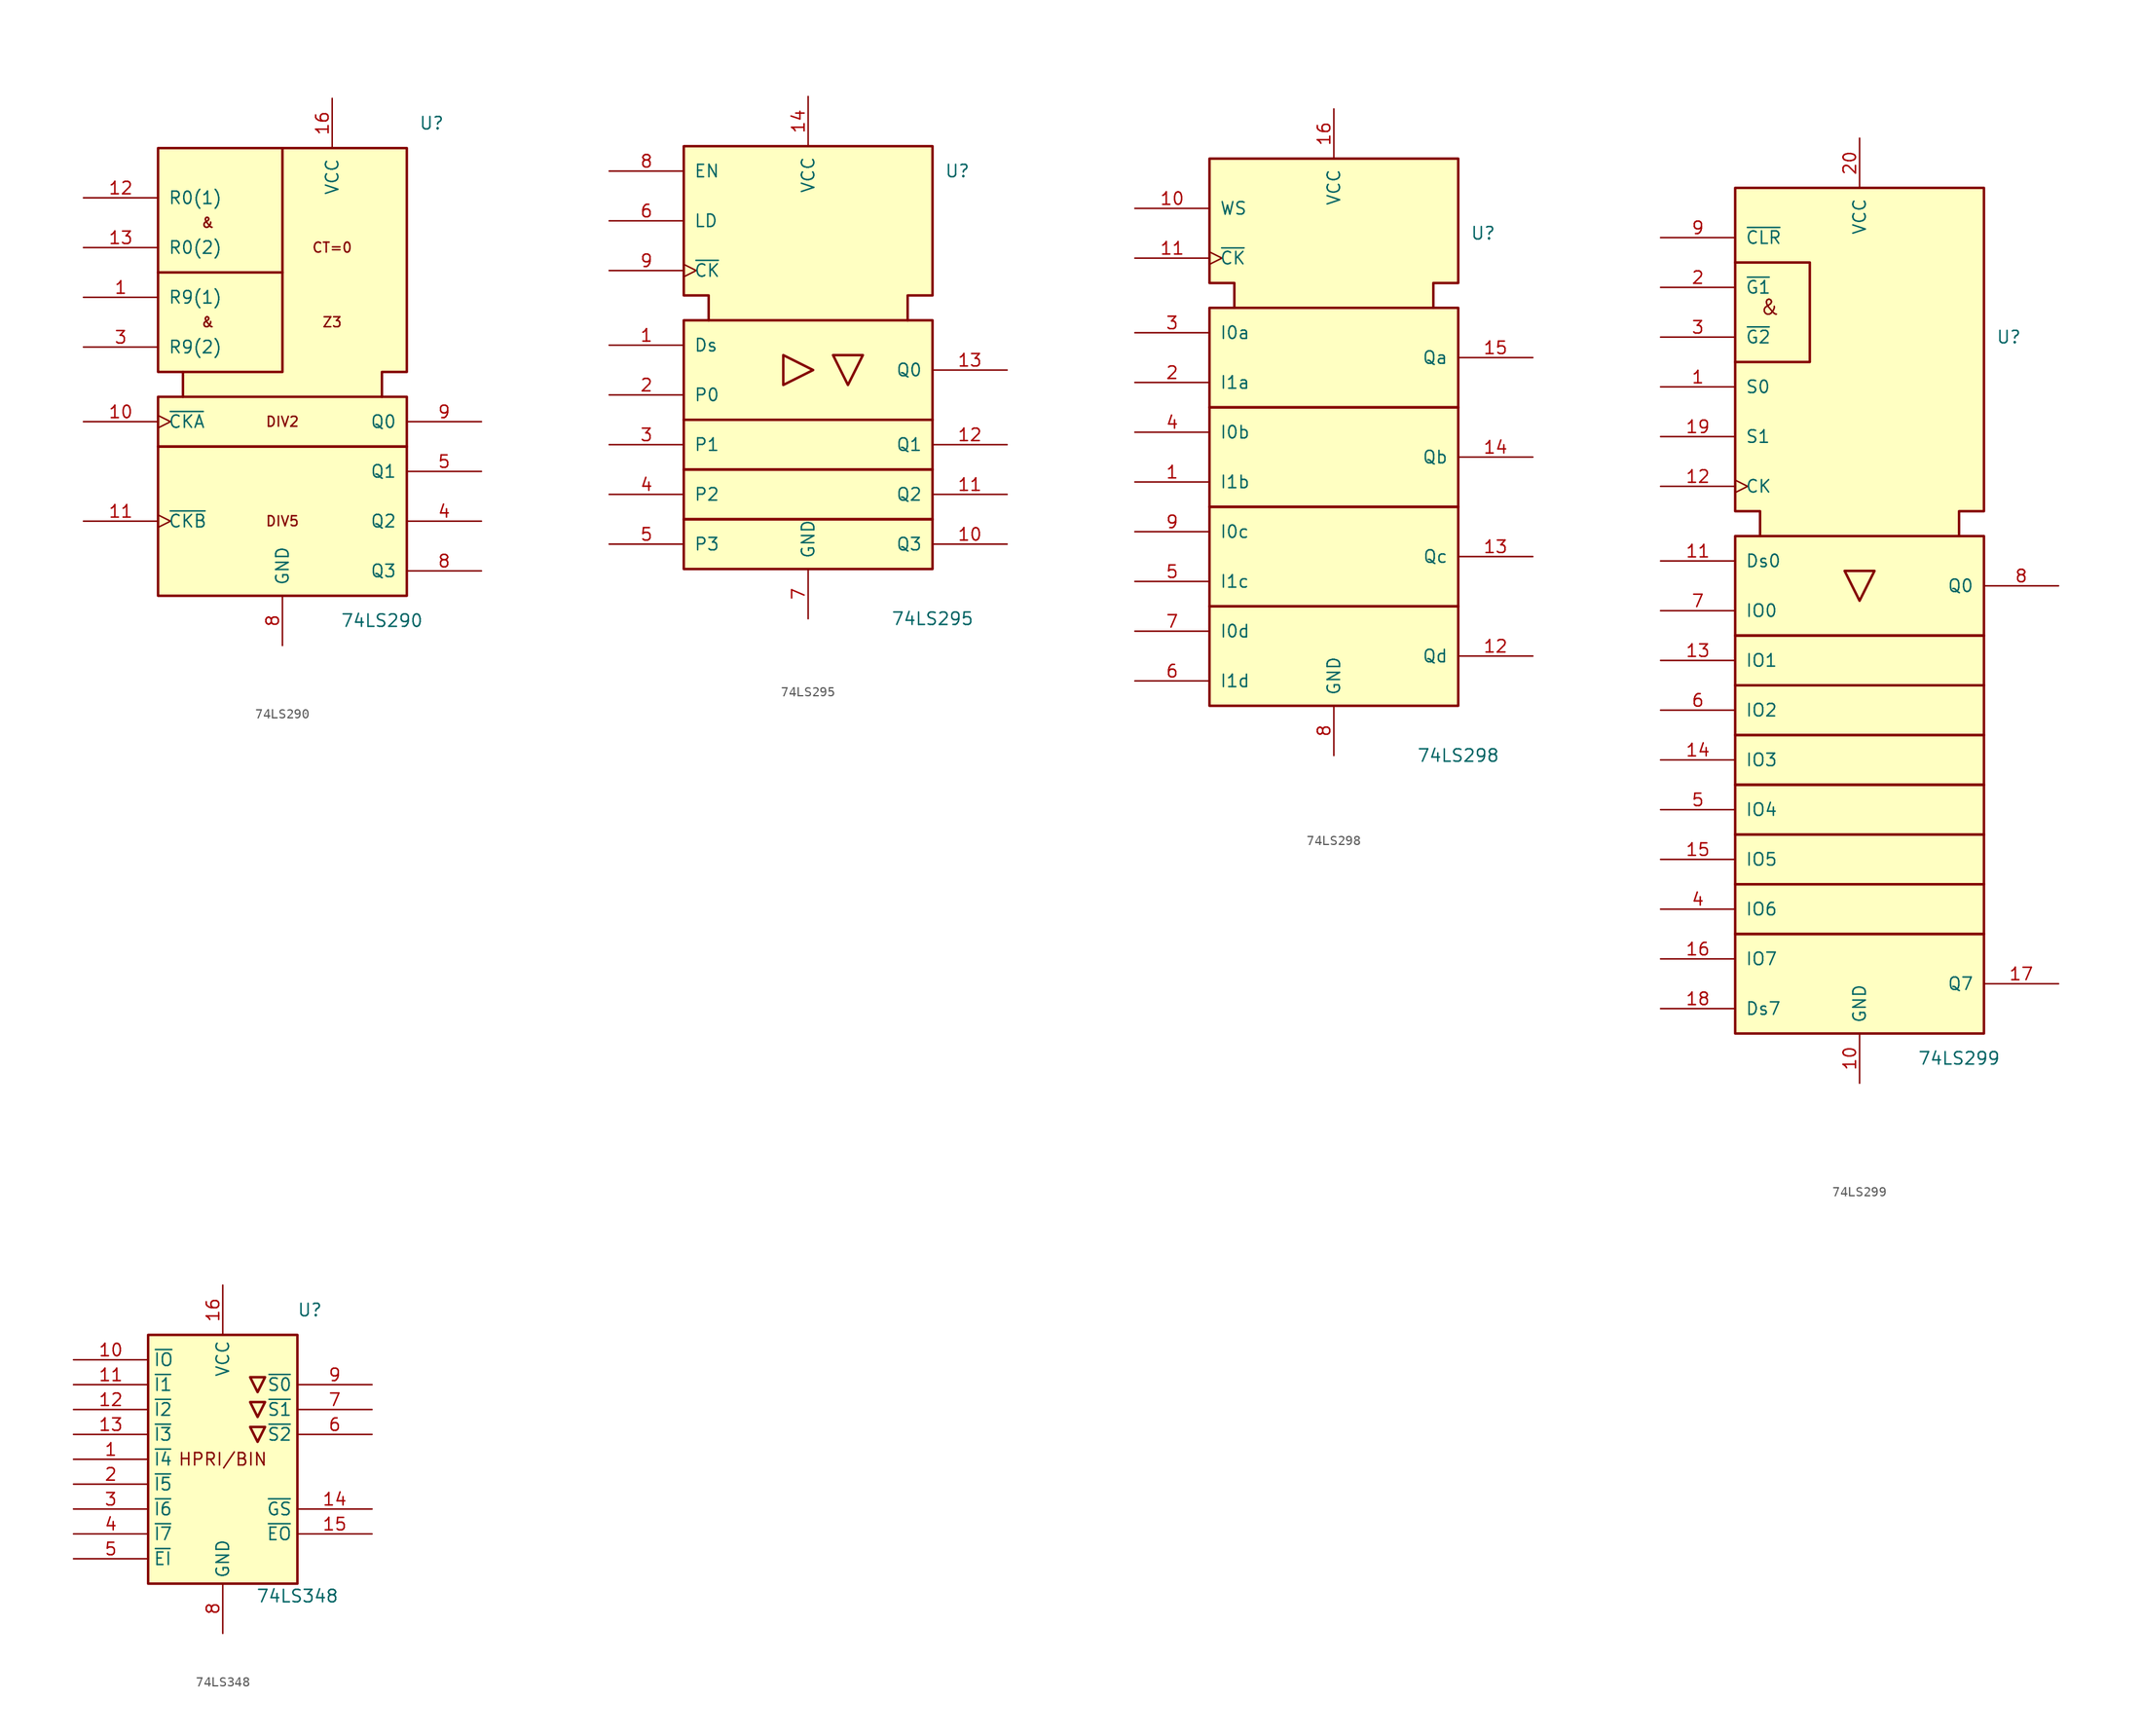
<source format=kicad_sym>
(kicad_symbol_lib
  (version 20241209)
  (generator "kicad_symbol_editor")
  (generator_version "9.0")
  (symbol "74LS290"
    (pin_names
      (offset 1.016))
    (property "Reference" "U"
      (at 15.24 25.4 0)
      (effects (font (size 1.27 1.27))))
    (property "Value" "74LS290"
      (at 10.16 -25.4 0)
      (effects (font (size 1.27 1.27))))
    (symbol "74LS290_0_0"
      (rectangle (start -12.7 -2.54) (end 12.7 -7.62) (stroke (width 0.254) (type default)) (fill (type background)))
      (rectangle (start -12.7 -7.62) (end 12.7 -22.86) (stroke (width 0.254) (type default)) (fill (type background)))
      (polyline (pts (xy -10.16 -2.54) (xy -10.16 0) (xy -12.7 0) (xy -12.7 22.86) (xy 12.7 22.86) (xy 12.7 0) (xy 10.16 0) (xy 10.16 -2.54) (xy 10.16 -2.54)) (stroke (width 0.254) (type default)) (fill (type background)))
      (polyline (pts (xy 0 22.86) (xy 0 0) (xy -10.16 0) (xy -10.16 0)) (stroke (width 0.254) (type default)) (fill (type background)))
      (polyline (pts (xy 0 10.16) (xy -12.7 10.16) (xy -12.7 10.16)) (stroke (width 0.254) (type default)) (fill (type background)))
      (text "&" (at -7.62 15.24 0) (effects (font (size 1.016 1.016))))
      (text "&" (at -7.62 5.08 0) (effects (font (size 1.016 1.016))))
      (text "DIV2" (at 0 -5.08 0) (effects (font (size 1.016 1.016))))
      (text "DIV5" (at 0 -15.24 0) (effects (font (size 1.016 1.016))))
      (text "CT=0" (at 5.08 12.7 0) (effects (font (size 1.016 1.016))))
      (text "Z3" (at 5.08 5.08 0) (effects (font (size 1.016 1.016))))
      (pin power_in line (at 0 -27.94 90) (length 5.08) (name "GND" (effects (font (size 1.27 1.27)))) (number "8" (effects (font (size 1.27 1.27)))))
      (pin power_in line (at 5.08 27.94 270) (length 5.08) (name "VCC" (effects (font (size 1.27 1.27)))) (number "16" (effects (font (size 1.27 1.27))))))
    (symbol "74LS290_1_1"
      (pin input line (at -20.32 17.78 0) (length 7.62) (name "R0(1)" (effects (font (size 1.27 1.27)))) (number "12" (effects (font (size 1.27 1.27)))))
      (pin input line (at -20.32 12.7 0) (length 7.62) (name "R0(2)" (effects (font (size 1.27 1.27)))) (number "13" (effects (font (size 1.27 1.27)))))
      (pin input line (at -20.32 7.62 0) (length 7.62) (name "R9(1)" (effects (font (size 1.27 1.27)))) (number "1" (effects (font (size 1.27 1.27)))))
      (pin input line (at -20.32 2.54 0) (length 7.62) (name "R9(2)" (effects (font (size 1.27 1.27)))) (number "3" (effects (font (size 1.27 1.27)))))
      (pin input clock (at -20.32 -5.08 0) (length 7.62) (name "~{CKA}" (effects (font (size 1.27 1.27)))) (number "10" (effects (font (size 1.27 1.27)))))
      (pin input clock (at -20.32 -15.24 0) (length 7.62) (name "~{CKB}" (effects (font (size 1.27 1.27)))) (number "11" (effects (font (size 1.27 1.27)))))
      (pin output line (at 20.32 -5.08 180) (length 7.62) (name "Q0" (effects (font (size 1.27 1.27)))) (number "9" (effects (font (size 1.27 1.27)))))
      (pin output line (at 20.32 -10.16 180) (length 7.62) (name "Q1" (effects (font (size 1.27 1.27)))) (number "5" (effects (font (size 1.27 1.27)))))
      (pin output line (at 20.32 -15.24 180) (length 7.62) (name "Q2" (effects (font (size 1.27 1.27)))) (number "4" (effects (font (size 1.27 1.27)))))
      (pin output line (at 20.32 -20.32 180) (length 7.62) (name "Q3" (effects (font (size 1.27 1.27)))) (number "8" (effects (font (size 1.27 1.27)))))))
  (symbol "74LS295"
    (pin_names
      (offset 1.016))
    (property "Reference" "U"
      (at 15.24 17.78 0)
      (effects (font (size 1.27 1.27))))
    (property "Value" "74LS295"
      (at 12.7 -27.94 0)
      (effects (font (size 1.27 1.27))))
    (symbol "74LS295_0_0"
      (pin power_in line (at 0 25.4 270) (length 5.08) (name "VCC" (effects (font (size 1.27 1.27)))) (number "14" (effects (font (size 1.27 1.27)))))
      (pin power_in line (at 0 -27.94 90) (length 5.08) (name "GND" (effects (font (size 1.27 1.27)))) (number "7" (effects (font (size 1.27 1.27))))))
    (symbol "74LS295_0_1"
      (rectangle (start -12.7 2.54) (end 12.7 -7.62) (stroke (width 0.254) (type default)) (fill (type background)))
      (rectangle (start -12.7 -7.62) (end 12.7 -12.7) (stroke (width 0.254) (type default)) (fill (type background)))
      (rectangle (start -12.7 -12.7) (end 12.7 -17.78) (stroke (width 0.254) (type default)) (fill (type background)))
      (rectangle (start -12.7 -17.78) (end 12.7 -22.86) (stroke (width 0.254) (type default)) (fill (type background)))
      (polyline (pts (xy -10.16 2.54) (xy -10.16 5.08) (xy -12.7 5.08) (xy -12.7 20.32) (xy 12.7 20.32) (xy 12.7 5.08) (xy 10.16 5.08) (xy 10.16 2.54) (xy 10.16 2.54)) (stroke (width 0.254) (type default)) (fill (type background)))
      (polyline (pts (xy -2.54 -1.016) (xy -2.54 -4.064) (xy 0.508 -2.54) (xy -2.54 -1.016) (xy -2.54 -1.016)) (stroke (width 0.254) (type default)) (fill (type background)))
      (polyline (pts (xy 5.588 -1.016) (xy 2.54 -1.016) (xy 4.064 -4.064) (xy 5.588 -1.016) (xy 5.588 -1.016)) (stroke (width 0.254) (type default)) (fill (type background))))
    (symbol "74LS295_1_1"
      (pin input line (at -20.32 17.78 0) (length 7.62) (name "EN" (effects (font (size 1.27 1.27)))) (number "8" (effects (font (size 1.27 1.27)))))
      (pin input line (at -20.32 12.7 0) (length 7.62) (name "LD" (effects (font (size 1.27 1.27)))) (number "6" (effects (font (size 1.27 1.27)))))
      (pin input clock (at -20.32 7.62 0) (length 7.62) (name "~{CK}" (effects (font (size 1.27 1.27)))) (number "9" (effects (font (size 1.27 1.27)))))
      (pin input line (at -20.32 0 0) (length 7.62) (name "Ds" (effects (font (size 1.27 1.27)))) (number "1" (effects (font (size 1.27 1.27)))))
      (pin input line (at -20.32 -5.08 0) (length 7.62) (name "P0" (effects (font (size 1.27 1.27)))) (number "2" (effects (font (size 1.27 1.27)))))
      (pin input line (at -20.32 -10.16 0) (length 7.62) (name "P1" (effects (font (size 1.27 1.27)))) (number "3" (effects (font (size 1.27 1.27)))))
      (pin input line (at -20.32 -15.24 0) (length 7.62) (name "P2" (effects (font (size 1.27 1.27)))) (number "4" (effects (font (size 1.27 1.27)))))
      (pin input line (at -20.32 -20.32 0) (length 7.62) (name "P3" (effects (font (size 1.27 1.27)))) (number "5" (effects (font (size 1.27 1.27)))))
      (pin output line (at 20.32 -2.54 180) (length 7.62) (name "Q0" (effects (font (size 1.27 1.27)))) (number "13" (effects (font (size 1.27 1.27)))))
      (pin output line (at 20.32 -10.16 180) (length 7.62) (name "Q1" (effects (font (size 1.27 1.27)))) (number "12" (effects (font (size 1.27 1.27)))))
      (pin output line (at 20.32 -15.24 180) (length 7.62) (name "Q2" (effects (font (size 1.27 1.27)))) (number "11" (effects (font (size 1.27 1.27)))))
      (pin output line (at 20.32 -20.32 180) (length 7.62) (name "Q3" (effects (font (size 1.27 1.27)))) (number "10" (effects (font (size 1.27 1.27)))))))
  (symbol "74LS298"
    (pin_names
      (offset 1.016))
    (property "Reference" "U"
      (at 15.24 20.32 0)
      (effects (font (size 1.27 1.27))))
    (property "Value" "74LS298"
      (at 12.7 -33.02 0)
      (effects (font (size 1.27 1.27))))
    (symbol "74LS298_0_0"
      (rectangle (start -12.7 12.7) (end 12.7 2.54) (stroke (width 0.254) (type default)) (fill (type background)))
      (rectangle (start -12.7 2.54) (end 12.7 -7.62) (stroke (width 0.254) (type default)) (fill (type background)))
      (rectangle (start -12.7 -7.62) (end 12.7 -17.78) (stroke (width 0.254) (type default)) (fill (type background)))
      (rectangle (start -12.7 -17.78) (end 12.7 -27.94) (stroke (width 0.254) (type default)) (fill (type background)))
      (polyline (pts (xy -10.16 12.7) (xy -10.16 15.24) (xy -12.7 15.24) (xy -12.7 27.94) (xy 12.7 27.94) (xy 12.7 15.24) (xy 10.16 15.24) (xy 10.16 12.7) (xy 10.16 12.7)) (stroke (width 0.254) (type default)) (fill (type background)))
      (pin power_in line (at 0 33.02 270) (length 5.08) (name "VCC" (effects (font (size 1.27 1.27)))) (number "16" (effects (font (size 1.27 1.27)))))
      (pin power_in line (at 0 -33.02 90) (length 5.08) (name "GND" (effects (font (size 1.27 1.27)))) (number "8" (effects (font (size 1.27 1.27))))))
    (symbol "74LS298_1_1"
      (pin input line (at -20.32 22.86 0) (length 7.62) (name "WS" (effects (font (size 1.27 1.27)))) (number "10" (effects (font (size 1.27 1.27)))))
      (pin input clock (at -20.32 17.78 0) (length 7.62) (name "~{CK}" (effects (font (size 1.27 1.27)))) (number "11" (effects (font (size 1.27 1.27)))))
      (pin input line (at -20.32 10.16 0) (length 7.62) (name "I0a" (effects (font (size 1.27 1.27)))) (number "3" (effects (font (size 1.27 1.27)))))
      (pin input line (at -20.32 5.08 0) (length 7.62) (name "I1a" (effects (font (size 1.27 1.27)))) (number "2" (effects (font (size 1.27 1.27)))))
      (pin input line (at -20.32 0 0) (length 7.62) (name "I0b" (effects (font (size 1.27 1.27)))) (number "4" (effects (font (size 1.27 1.27)))))
      (pin input line (at -20.32 -5.08 0) (length 7.62) (name "I1b" (effects (font (size 1.27 1.27)))) (number "1" (effects (font (size 1.27 1.27)))))
      (pin input line (at -20.32 -10.16 0) (length 7.62) (name "I0c" (effects (font (size 1.27 1.27)))) (number "9" (effects (font (size 1.27 1.27)))))
      (pin input line (at -20.32 -15.24 0) (length 7.62) (name "I1c" (effects (font (size 1.27 1.27)))) (number "5" (effects (font (size 1.27 1.27)))))
      (pin input line (at -20.32 -20.32 0) (length 7.62) (name "I0d" (effects (font (size 1.27 1.27)))) (number "7" (effects (font (size 1.27 1.27)))))
      (pin input line (at -20.32 -25.4 0) (length 7.62) (name "I1d" (effects (font (size 1.27 1.27)))) (number "6" (effects (font (size 1.27 1.27)))))
      (pin tri_state line (at 20.32 7.62 180) (length 7.62) (name "Qa" (effects (font (size 1.27 1.27)))) (number "15" (effects (font (size 1.27 1.27)))))
      (pin tri_state line (at 20.32 -2.54 180) (length 7.62) (name "Qb" (effects (font (size 1.27 1.27)))) (number "14" (effects (font (size 1.27 1.27)))))
      (pin tri_state line (at 20.32 -12.7 180) (length 7.62) (name "Qc" (effects (font (size 1.27 1.27)))) (number "13" (effects (font (size 1.27 1.27)))))
      (pin tri_state line (at 20.32 -22.86 180) (length 7.62) (name "Qd" (effects (font (size 1.27 1.27)))) (number "12" (effects (font (size 1.27 1.27)))))))
  (symbol "74LS299"
    (pin_names
      (offset 1.016))
    (property "Reference" "U"
      (at 15.24 12.7 0)
      (effects (font (size 1.27 1.27))))
    (property "Value" "74LS299"
      (at 10.16 -60.96 0)
      (effects (font (size 1.27 1.27))))
    (symbol "74LS299_0_0"
      (polyline (pts (xy 1.524 -11.176) (xy -1.524 -11.176) (xy 0 -14.224) (xy 1.524 -11.176) (xy 1.524 -11.176)) (stroke (width 0.254) (type default)) (fill (type background)))
      (text "&" (at -9.144 15.748 0) (effects (font (size 1.524 1.524))))
      (pin power_in line (at 0 33.02 270) (length 5.08) (name "VCC" (effects (font (size 1.27 1.27)))) (number "20" (effects (font (size 1.27 1.27)))))
      (pin power_in line (at 0 -63.5 90) (length 5.08) (name "GND" (effects (font (size 1.27 1.27)))) (number "10" (effects (font (size 1.27 1.27))))))
    (symbol "74LS299_0_1"
      (polyline (pts (xy -12.7 20.32) (xy -5.08 20.32) (xy -5.08 10.16) (xy -12.7 10.16) (xy -12.7 10.16)) (stroke (width 0.254) (type default)) (fill (type background)))
      (rectangle (start -12.7 -7.62) (end 12.7 -17.78) (stroke (width 0.254) (type default)) (fill (type background)))
      (rectangle (start -12.7 -17.78) (end 12.7 -22.86) (stroke (width 0.254) (type default)) (fill (type background)))
      (rectangle (start -12.7 -22.86) (end 12.7 -27.94) (stroke (width 0.254) (type default)) (fill (type background)))
      (rectangle (start -12.7 -27.94) (end 12.7 -33.02) (stroke (width 0.254) (type default)) (fill (type background)))
      (rectangle (start -12.7 -33.02) (end 12.7 -38.1) (stroke (width 0.254) (type default)) (fill (type background)))
      (rectangle (start -12.7 -38.1) (end 12.7 -43.18) (stroke (width 0.254) (type default)) (fill (type background)))
      (rectangle (start -12.7 -43.18) (end 12.7 -48.26) (stroke (width 0.254) (type default)) (fill (type background)))
      (rectangle (start -12.7 -48.26) (end 12.7 -58.42) (stroke (width 0.254) (type default)) (fill (type background)))
      (polyline (pts (xy -10.16 -7.62) (xy -10.16 -5.08) (xy -12.7 -5.08) (xy -12.7 27.94) (xy 12.7 27.94) (xy 12.7 -5.08) (xy 10.16 -5.08) (xy 10.16 -7.62) (xy 10.16 -7.62)) (stroke (width 0.254) (type default)) (fill (type background))))
    (symbol "74LS299_1_1"
      (pin input line (at -20.32 22.86 0) (length 7.62) (name "~{CLR}" (effects (font (size 1.27 1.27)))) (number "9" (effects (font (size 1.27 1.27)))))
      (pin input line (at -20.32 17.78 0) (length 7.62) (name "~{G1}" (effects (font (size 1.27 1.27)))) (number "2" (effects (font (size 1.27 1.27)))))
      (pin input line (at -20.32 12.7 0) (length 7.62) (name "~{G2}" (effects (font (size 1.27 1.27)))) (number "3" (effects (font (size 1.27 1.27)))))
      (pin input line (at -20.32 7.62 0) (length 7.62) (name "S0" (effects (font (size 1.27 1.27)))) (number "1" (effects (font (size 1.27 1.27)))))
      (pin input line (at -20.32 2.54 0) (length 7.62) (name "S1" (effects (font (size 1.27 1.27)))) (number "19" (effects (font (size 1.27 1.27)))))
      (pin input clock (at -20.32 -2.54 0) (length 7.62) (name "CK" (effects (font (size 1.27 1.27)))) (number "12" (effects (font (size 1.27 1.27)))))
      (pin input line (at -20.32 -10.16 0) (length 7.62) (name "Ds0" (effects (font (size 1.27 1.27)))) (number "11" (effects (font (size 1.27 1.27)))))
      (pin tri_state line (at -20.32 -15.24 0) (length 7.62) (name "IO0" (effects (font (size 1.27 1.27)))) (number "7" (effects (font (size 1.27 1.27)))))
      (pin tri_state line (at -20.32 -20.32 0) (length 7.62) (name "IO1" (effects (font (size 1.27 1.27)))) (number "13" (effects (font (size 1.27 1.27)))))
      (pin tri_state line (at -20.32 -25.4 0) (length 7.62) (name "IO2" (effects (font (size 1.27 1.27)))) (number "6" (effects (font (size 1.27 1.27)))))
      (pin tri_state line (at -20.32 -30.48 0) (length 7.62) (name "IO3" (effects (font (size 1.27 1.27)))) (number "14" (effects (font (size 1.27 1.27)))))
      (pin tri_state line (at -20.32 -35.56 0) (length 7.62) (name "IO4" (effects (font (size 1.27 1.27)))) (number "5" (effects (font (size 1.27 1.27)))))
      (pin tri_state line (at -20.32 -40.64 0) (length 7.62) (name "IO5" (effects (font (size 1.27 1.27)))) (number "15" (effects (font (size 1.27 1.27)))))
      (pin tri_state line (at -20.32 -45.72 0) (length 7.62) (name "IO6" (effects (font (size 1.27 1.27)))) (number "4" (effects (font (size 1.27 1.27)))))
      (pin tri_state line (at -20.32 -50.8 0) (length 7.62) (name "IO7" (effects (font (size 1.27 1.27)))) (number "16" (effects (font (size 1.27 1.27)))))
      (pin input line (at -20.32 -55.88 0) (length 7.62) (name "Ds7" (effects (font (size 1.27 1.27)))) (number "18" (effects (font (size 1.27 1.27)))))
      (pin output line (at 20.32 -12.7 180) (length 7.62) (name "Q0" (effects (font (size 1.27 1.27)))) (number "8" (effects (font (size 1.27 1.27)))))
      (pin output line (at 20.32 -53.34 180) (length 7.62) (name "Q7" (effects (font (size 1.27 1.27)))) (number "17" (effects (font (size 1.27 1.27)))))))
  (symbol "74LS348"
    (property "Reference" "U"
      (at 8.89 15.24 0)
      (effects (font (size 1.27 1.27))))
    (property "Value" "74LS348"
      (at 7.62 -13.97 0)
      (effects (font (size 1.27 1.27))))
    (symbol "74LS348_0_0"
      (rectangle (start -7.62 12.7) (end 7.62 -12.7) (stroke (width 0.254) (type default)) (fill (type background)))
      (polyline (pts (xy 4.318 8.382) (xy 2.794 8.382) (xy 3.556 6.858) (xy 4.318 8.382) (xy 4.318 8.382)) (stroke (width 0.254) (type default)) (fill (type background)))
      (polyline (pts (xy 4.318 5.842) (xy 2.794 5.842) (xy 3.556 4.318) (xy 4.318 5.842) (xy 4.318 5.842)) (stroke (width 0.254) (type default)) (fill (type background)))
      (polyline (pts (xy 4.318 3.302) (xy 2.794 3.302) (xy 3.556 1.778) (xy 4.318 3.302) (xy 4.318 3.302)) (stroke (width 0.254) (type default)) (fill (type background)))
      (text "HPRI/BIN" (at 0 0 0) (effects (font (size 1.27 1.27))))
      (pin power_in line (at 0 17.78 270) (length 5.08) (name "VCC" (effects (font (size 1.27 1.27)))) (number "16" (effects (font (size 1.27 1.27)))))
      (pin power_in line (at 0 -17.78 90) (length 5.08) (name "GND" (effects (font (size 1.27 1.27)))) (number "8" (effects (font (size 1.27 1.27))))))
    (symbol "74LS348_1_1"
      (pin input line (at -15.24 10.16 0) (length 7.62) (name "~{IO}" (effects (font (size 1.27 1.27)))) (number "10" (effects (font (size 1.27 1.27)))))
      (pin input line (at -15.24 7.62 0) (length 7.62) (name "~{I1}" (effects (font (size 1.27 1.27)))) (number "11" (effects (font (size 1.27 1.27)))))
      (pin input line (at -15.24 5.08 0) (length 7.62) (name "~{I2}" (effects (font (size 1.27 1.27)))) (number "12" (effects (font (size 1.27 1.27)))))
      (pin input line (at -15.24 2.54 0) (length 7.62) (name "~{I3}" (effects (font (size 1.27 1.27)))) (number "13" (effects (font (size 1.27 1.27)))))
      (pin input line (at -15.24 0 0) (length 7.62) (name "~{I4}" (effects (font (size 1.27 1.27)))) (number "1" (effects (font (size 1.27 1.27)))))
      (pin input line (at -15.24 -2.54 0) (length 7.62) (name "~{I5}" (effects (font (size 1.27 1.27)))) (number "2" (effects (font (size 1.27 1.27)))))
      (pin input line (at -15.24 -5.08 0) (length 7.62) (name "~{I6}" (effects (font (size 1.27 1.27)))) (number "3" (effects (font (size 1.27 1.27)))))
      (pin input line (at -15.24 -7.62 0) (length 7.62) (name "~{I7}" (effects (font (size 1.27 1.27)))) (number "4" (effects (font (size 1.27 1.27)))))
      (pin input line (at -15.24 -10.16 0) (length 7.62) (name "~{EI}" (effects (font (size 1.27 1.27)))) (number "5" (effects (font (size 1.27 1.27)))))
      (pin output line (at 15.24 7.62 180) (length 7.62) (name "~{S0}" (effects (font (size 1.27 1.27)))) (number "9" (effects (font (size 1.27 1.27)))))
      (pin output line (at 15.24 5.08 180) (length 7.62) (name "~{S1}" (effects (font (size 1.27 1.27)))) (number "7" (effects (font (size 1.27 1.27)))))
      (pin output line (at 15.24 2.54 180) (length 7.62) (name "~{S2}" (effects (font (size 1.27 1.27)))) (number "6" (effects (font (size 1.27 1.27)))))
      (pin output line (at 15.24 -5.08 180) (length 7.62) (name "~{GS}" (effects (font (size 1.27 1.27)))) (number "14" (effects (font (size 1.27 1.27)))))
      (pin output line (at 15.24 -7.62 180) (length 7.62) (name "~{EO}" (effects (font (size 1.27 1.27)))) (number "15" (effects (font (size 1.27 1.27))))))))
</source>
